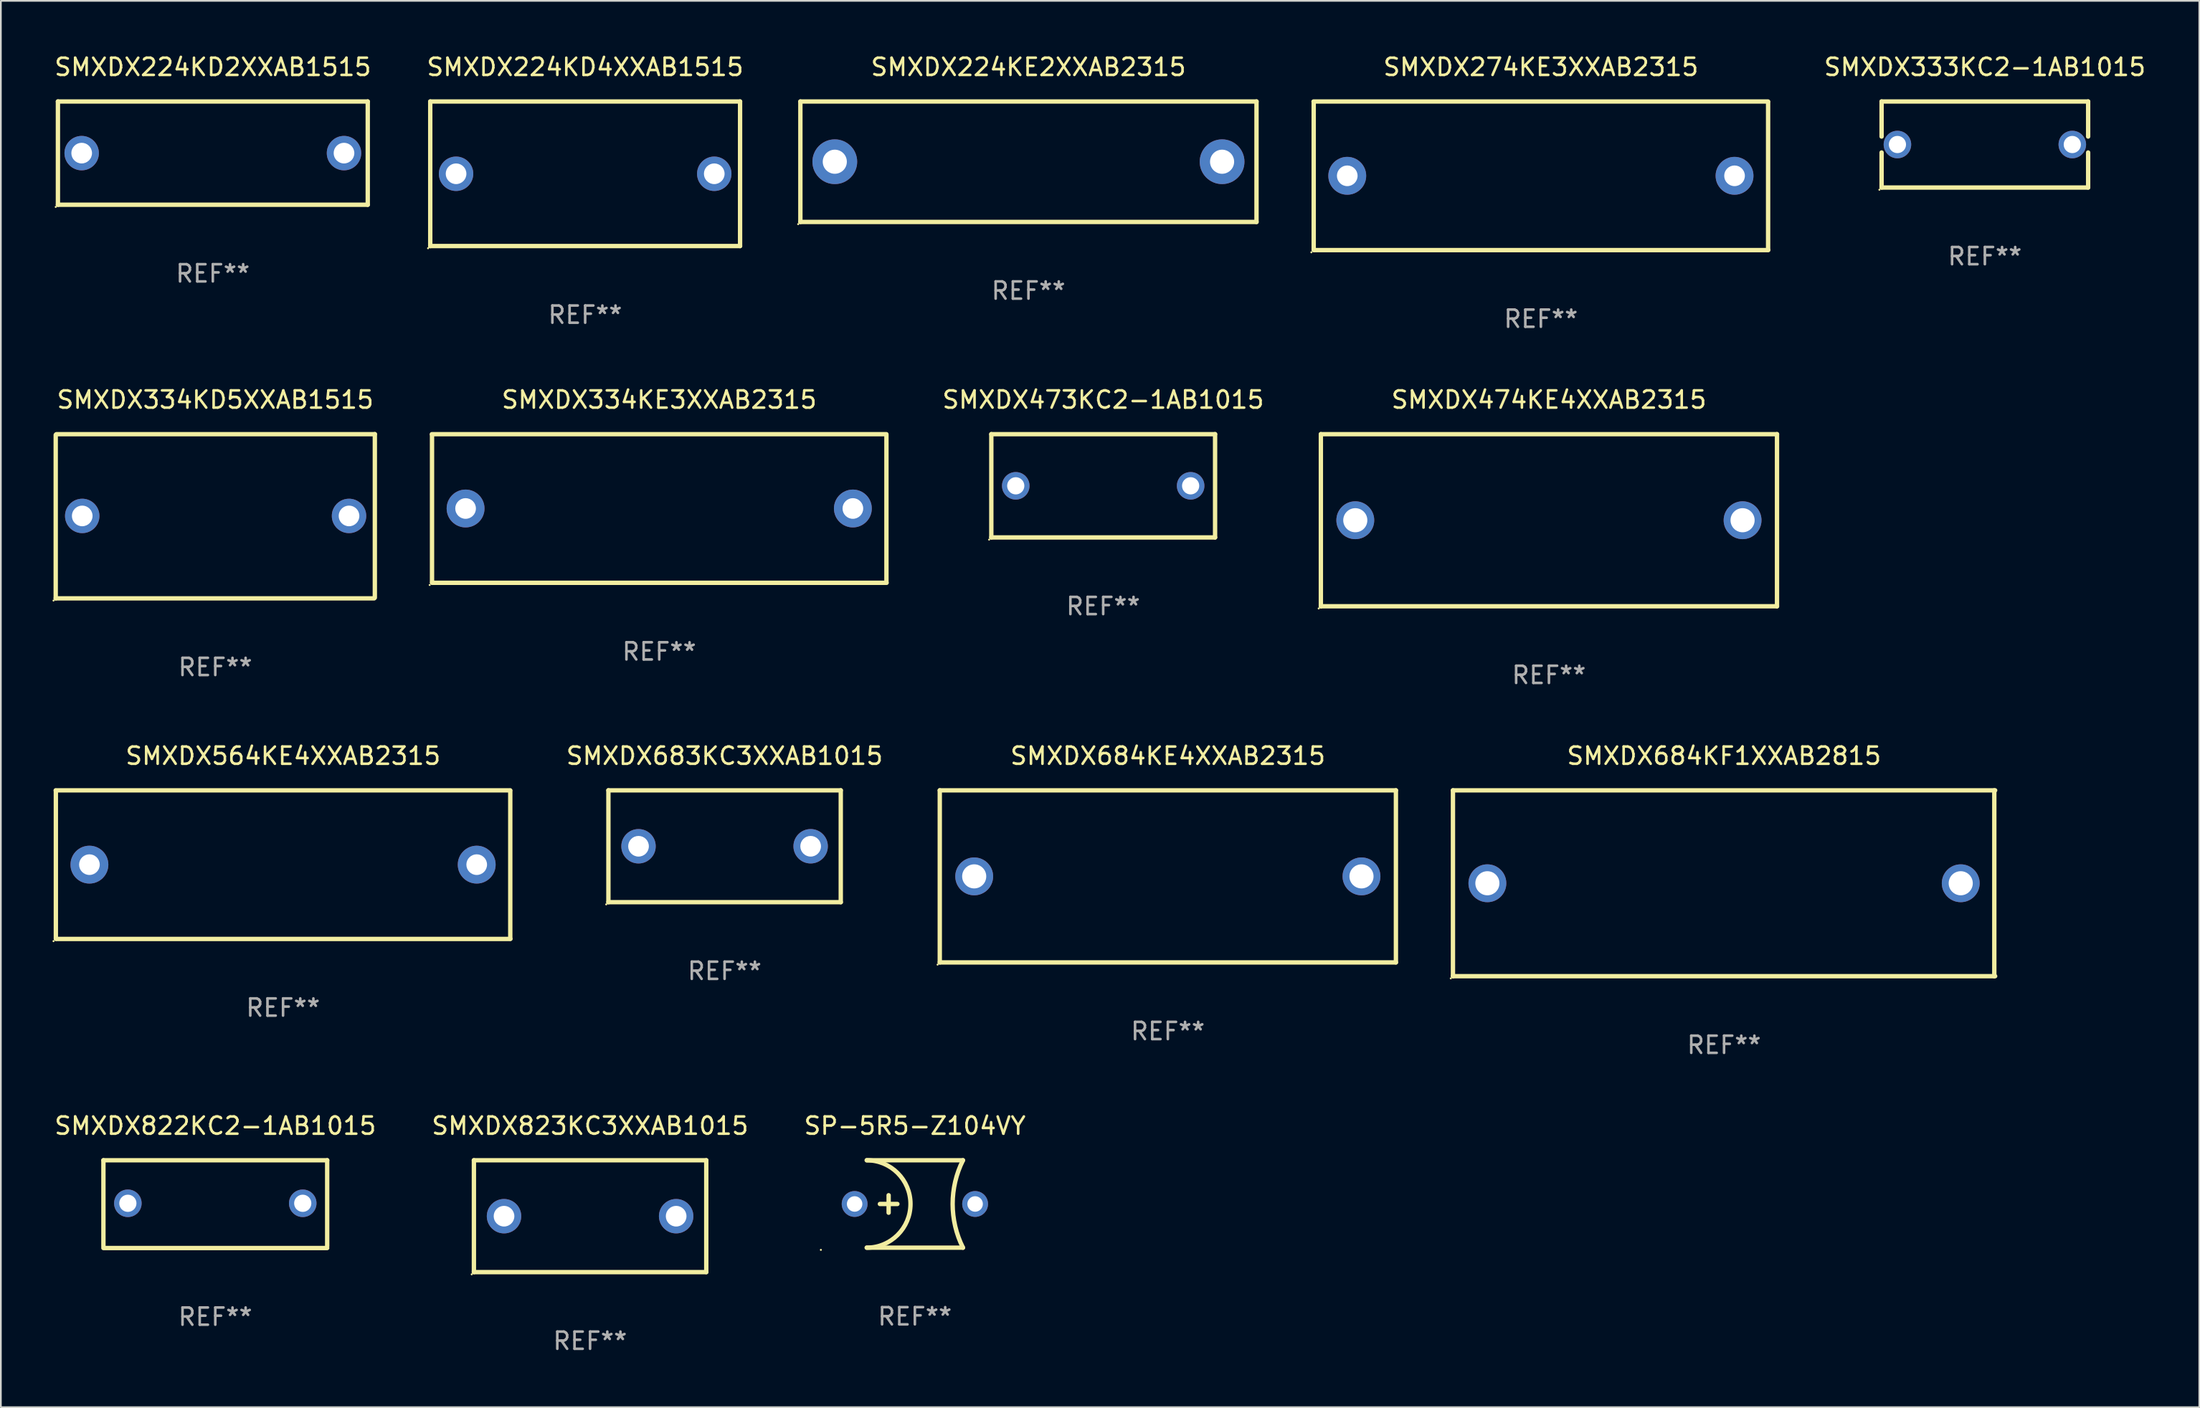
<source format=kicad_pcb>
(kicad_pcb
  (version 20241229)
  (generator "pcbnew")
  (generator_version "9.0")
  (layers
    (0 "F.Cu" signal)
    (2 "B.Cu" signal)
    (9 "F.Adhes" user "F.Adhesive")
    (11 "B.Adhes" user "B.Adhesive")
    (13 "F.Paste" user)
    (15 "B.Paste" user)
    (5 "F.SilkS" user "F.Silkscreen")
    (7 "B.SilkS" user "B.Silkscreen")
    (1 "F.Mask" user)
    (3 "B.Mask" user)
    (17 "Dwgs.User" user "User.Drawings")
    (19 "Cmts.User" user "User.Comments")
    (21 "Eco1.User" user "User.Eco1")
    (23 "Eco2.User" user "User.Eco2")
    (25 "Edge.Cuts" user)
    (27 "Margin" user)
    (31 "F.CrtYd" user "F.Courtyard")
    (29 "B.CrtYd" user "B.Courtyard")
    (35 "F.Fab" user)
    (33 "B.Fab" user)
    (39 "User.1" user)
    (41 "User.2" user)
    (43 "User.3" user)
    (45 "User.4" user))
  (footprint "SMXDX822KC2-1AB1015"
    (layer "F.Cu")
    (at 9.458 66.924)
    (property "Reference" "SMXDX822KC2-1AB1015" (at 0 -4.55 0) (layer "F.SilkS") (effects (font (size 1 1) (thickness 0.15))))
    (attr through_hole)
    (fp_line (start -6.5 -2.55) (end 6.5 -2.55) (stroke (width 0.254) (type solid)) (layer "F.SilkS"))
    (fp_line (start -6.5 2.45) (end -6.5 -2.55) (stroke (width 0.254) (type solid)) (layer "F.SilkS"))
    (fp_line (start 6.5 -2.55) (end 6.5 2.45) (stroke (width 0.254) (type solid)) (layer "F.SilkS"))
    (fp_line (start 6.5 2.55) (end -6.5 2.55) (stroke (width 0.254) (type solid)) (layer "F.SilkS"))
    (fp_circle (center -6.5 2.45) (end -6.47 2.45) (stroke (width 0.06) (type solid)) (fill no) (layer "F.SilkS"))
    (fp_text user "REF**" (at 0 6.55 0) (layer "F.Fab") (effects (font (size 1 1) (thickness 0.15))))
    (pad "1" thru_hole circle (at -5.08 -0.05) (size 1.6 1.6) (drill 1) (layers "*.Cu" "*.Mask"))
    (pad "2" thru_hole circle (at 5.08 -0.05) (size 1.6 1.6) (drill 1) (layers "*.Cu" "*.Mask")))
  (footprint "SMXDX473KC2-1AB1015"
    (layer "F.Cu")
    (at 61.042 25.181)
    (property "Reference" "SMXDX473KC2-1AB1015" (at 0 -5 0) (layer "F.SilkS") (effects (font (size 1 1) (thickness 0.15))))
    (attr through_hole)
    (fp_line (start -6.5 -3) (end 6.5 -3) (stroke (width 0.254) (type solid)) (layer "F.SilkS"))
    (fp_line (start -6.5 3) (end -6.5 -3) (stroke (width 0.254) (type solid)) (layer "F.SilkS"))
    (fp_line (start 6.5 -3) (end 6.5 3) (stroke (width 0.254) (type solid)) (layer "F.SilkS"))
    (fp_line (start 6.5 3) (end -6.5 3) (stroke (width 0.254) (type solid)) (layer "F.SilkS"))
    (fp_circle (center -6.627 3.127) (end -6.597 3.127) (stroke (width 0.06) (type solid)) (fill no) (layer "F.SilkS"))
    (fp_text user "REF**" (at 0 7 0) (layer "F.Fab") (effects (font (size 1 1) (thickness 0.15))))
    (pad "1" thru_hole circle (at -5.08 0) (size 1.6 1.6) (drill 1) (layers "*.Cu" "*.Mask"))
    (pad "2" thru_hole circle (at 5.08 0) (size 1.6 1.6) (drill 1) (layers "*.Cu" "*.Mask")))
  (footprint "SMXDX224KD2XXAB1515"
    (layer "F.Cu")
    (at 9.315 5.848)
    (property "Reference" "SMXDX224KD2XXAB1515" (at 0 -5 0) (layer "F.SilkS") (effects (font (size 1 1) (thickness 0.15))))
    (attr through_hole)
    (fp_line (start -9 -3) (end 9 -3) (stroke (width 0.254) (type solid)) (layer "F.SilkS"))
    (fp_line (start -9 3) (end -9 -3) (stroke (width 0.254) (type solid)) (layer "F.SilkS"))
    (fp_line (start 9 -3) (end 9 3) (stroke (width 0.254) (type solid)) (layer "F.SilkS"))
    (fp_line (start 9 3) (end -9 3) (stroke (width 0.254) (type solid)) (layer "F.SilkS"))
    (fp_circle (center -9.127 3.127) (end -9.097 3.127) (stroke (width 0.06) (type solid)) (fill no) (layer "F.SilkS"))
    (fp_text user "REF**" (at 0 7 0) (layer "F.Fab") (effects (font (size 1 1) (thickness 0.15))))
    (pad "1" thru_hole circle (at -7.62 0) (size 2 2) (drill 1.2) (layers "*.Cu" "*.Mask"))
    (pad "2" thru_hole circle (at 7.62 0) (size 2 2) (drill 1.2) (layers "*.Cu" "*.Mask")))
  (footprint "SMXDX683KC3XXAB1015"
    (layer "F.Cu")
    (at 39.046 46.127)
    (property "Reference" "SMXDX683KC3XXAB1015" (at 0 -5.25 0) (layer "F.SilkS") (effects (font (size 1 1) (thickness 0.15))))
    (attr through_hole)
    (fp_line (start -6.75 -3.25) (end 6.75 -3.25) (stroke (width 0.254) (type solid)) (layer "F.SilkS"))
    (fp_line (start -6.75 3.25) (end -6.75 -3.25) (stroke (width 0.254) (type solid)) (layer "F.SilkS"))
    (fp_line (start 6.75 -3.25) (end 6.75 3.25) (stroke (width 0.254) (type solid)) (layer "F.SilkS"))
    (fp_line (start 6.75 3.25) (end -6.75 3.25) (stroke (width 0.254) (type solid)) (layer "F.SilkS"))
    (fp_circle (center -6.877 3.377) (end -6.847 3.377) (stroke (width 0.06) (type solid)) (fill no) (layer "F.SilkS"))
    (fp_text user "REF**" (at 0 7.25 0) (layer "F.Fab") (effects (font (size 1 1) (thickness 0.15))))
    (pad "1" thru_hole circle (at -5 -0.000013) (size 2 2) (drill 1.2) (layers "*.Cu" "*.Mask"))
    (pad "2" thru_hole circle (at 5 -0.000013) (size 2 2) (drill 1.2) (layers "*.Cu" "*.Mask")))
  (footprint "SMXDX224KD4XXAB1515"
    (layer "F.Cu")
    (at 30.946 7.048)
    (property "Reference" "SMXDX224KD4XXAB1515" (at 0 -6.2 0) (layer "F.SilkS") (effects (font (size 1 1) (thickness 0.15))))
    (attr through_hole)
    (fp_line (start -9 -4.2) (end 9 -4.2) (stroke (width 0.254) (type solid)) (layer "F.SilkS"))
    (fp_line (start -9 4.2) (end -9 -4.2) (stroke (width 0.254) (type solid)) (layer "F.SilkS"))
    (fp_line (start 9 -4.2) (end 9 4.2) (stroke (width 0.254) (type solid)) (layer "F.SilkS"))
    (fp_line (start 9 4.2) (end -9 4.2) (stroke (width 0.254) (type solid)) (layer "F.SilkS"))
    (fp_circle (center -9.127 4.327) (end -9.097 4.327) (stroke (width 0.06) (type solid)) (fill no) (layer "F.SilkS"))
    (fp_text user "REF**" (at 0 8.2 0) (layer "F.Fab") (effects (font (size 1 1) (thickness 0.15))))
    (pad "1" thru_hole circle (at -7.5 0) (size 2 2) (drill 1.2) (layers "*.Cu" "*.Mask"))
    (pad "2" thru_hole circle (at 7.5 0) (size 2 2) (drill 1.2) (layers "*.Cu" "*.Mask")))
  (footprint "SMXDX224KE2XXAB2315"
    (layer "F.Cu")
    (at 56.699 6.348)
    (property "Reference" "SMXDX224KE2XXAB2315" (at 0 -5.5 0) (layer "F.SilkS") (effects (font (size 1 1) (thickness 0.15))))
    (attr through_hole)
    (fp_line (start -13.25 -3.5) (end 13.25 -3.5) (stroke (width 0.254) (type solid)) (layer "F.SilkS"))
    (fp_line (start -13.25 3.5) (end -13.25 -3.5) (stroke (width 0.254) (type solid)) (layer "F.SilkS"))
    (fp_line (start 13.25 -3.5) (end 13.25 3.5) (stroke (width 0.254) (type solid)) (layer "F.SilkS"))
    (fp_line (start 13.25 3.5) (end -13.25 3.5) (stroke (width 0.254) (type solid)) (layer "F.SilkS"))
    (fp_circle (center -13.377 3.627) (end -13.347 3.627) (stroke (width 0.06) (type solid)) (fill no) (layer "F.SilkS"))
    (fp_text user "REF**" (at 0 7.5 0) (layer "F.Fab") (effects (font (size 1 1) (thickness 0.15))))
    (pad "1" thru_hole circle (at -11.25 0) (size 2.6 2.6) (drill 1.4) (layers "*.Cu" "*.Mask"))
    (pad "2" thru_hole circle (at 11.25 0) (size 2.6 2.6) (drill 1.4) (layers "*.Cu" "*.Mask")))
  (footprint "SMXDX334KE3XXAB2315"
    (layer "F.Cu")
    (at 35.249 26.499)
    (property "Reference" "SMXDX334KE3XXAB2315" (at 0 -6.318 0) (layer "F.SilkS") (effects (font (size 1 1) (thickness 0.15))))
    (attr through_hole)
    (fp_line (start -13.208 -4.318) (end 13.193 -4.318) (stroke (width 0.254) (type solid)) (layer "F.SilkS"))
    (fp_line (start -13.2 4.3) (end -13.2 -4.3) (stroke (width 0.254) (type solid)) (layer "F.SilkS"))
    (fp_line (start 13.2 -4.3) (end 13.2 4.3) (stroke (width 0.254) (type solid)) (layer "F.SilkS"))
    (fp_line (start 13.208 4.318) (end -13.193 4.318) (stroke (width 0.254) (type solid)) (layer "F.SilkS"))
    (fp_circle (center -13.335 4.445) (end -13.305 4.445) (stroke (width 0.06) (type solid)) (fill no) (layer "F.SilkS"))
    (fp_text user "REF**" (at 0 8.318 0) (layer "F.Fab") (effects (font (size 1 1) (thickness 0.15))))
    (pad "1" thru_hole circle (at -11.25 0) (size 2.2 2.2) (drill 1.2) (layers "*.Cu" "*.Mask"))
    (pad "2" thru_hole circle (at 11.25 0) (size 2.2 2.2) (drill 1.2) (layers "*.Cu" "*.Mask")))
  (footprint "SMXDX684KE4XXAB2315"
    (layer "F.Cu")
    (at 64.798 47.877)
    (property "Reference" "SMXDX684KE4XXAB2315" (at 0 -7 0) (layer "F.SilkS") (effects (font (size 1 1) (thickness 0.15))))
    (attr through_hole)
    (fp_line (start -13.25 -5) (end 13.25 -5) (stroke (width 0.254) (type solid)) (layer "F.SilkS"))
    (fp_line (start -13.25 5) (end -13.25 -5) (stroke (width 0.254) (type solid)) (layer "F.SilkS"))
    (fp_line (start 13.25 -5) (end 13.25 5) (stroke (width 0.254) (type solid)) (layer "F.SilkS"))
    (fp_line (start 13.25 5) (end -13.25 5) (stroke (width 0.254) (type solid)) (layer "F.SilkS"))
    (fp_circle (center -13.377 5.127) (end -13.347 5.127) (stroke (width 0.06) (type solid)) (fill no) (layer "F.SilkS"))
    (fp_text user "REF**" (at 0 9 0) (layer "F.Fab") (effects (font (size 1 1) (thickness 0.15))))
    (pad "1" thru_hole circle (at -11.25 0) (size 2.2 2.2) (drill 1.4) (layers "*.Cu" "*.Mask"))
    (pad "2" thru_hole circle (at 11.25 0) (size 2.2 2.2) (drill 1.4) (layers "*.Cu" "*.Mask")))
  (footprint "SP-5R5-Z104VY"
    (layer "F.Cu")
    (at 50.101 66.914)
    (property "Reference" "SP-5R5-Z104VY" (at 0 -4.54 0) (layer "F.SilkS") (effects (font (size 1 1) (thickness 0.15))))
    (attr through_hole)
    (fp_line (start -2.794 2.54) (end 2.794 2.54) (stroke (width 0.254) (type solid)) (layer "F.SilkS"))
    (fp_line (start -2.032 0) (end -1.016 0) (stroke (width 0.254) (type solid)) (layer "F.SilkS"))
    (fp_line (start -1.524 -0.508) (end -1.524 0.508) (stroke (width 0.254) (type solid)) (layer "F.SilkS"))
    (fp_line (start 2.794 -2.54) (end -2.794 -2.54) (stroke (width 0.254) (type solid)) (layer "F.SilkS"))
    (fp_arc (start -2.794006 -2.540005) (mid -0.254001 0) (end -2.794006 2.540005) (stroke (width 0.254001) (type solid)) (layer "F.SilkS"))
    (fp_arc (start 2.794006 2.540005) (mid 2.194392 0) (end 2.794006 -2.540005) (stroke (width 0.254001) (type solid)) (layer "F.SilkS"))
    (fp_circle (center -5.461 2.667) (end -5.431 2.667) (stroke (width 0.06) (type solid)) (fill no) (layer "F.SilkS"))
    (fp_text user "REF**" (at 0 6.54 0) (layer "F.Fab") (effects (font (size 1 1) (thickness 0.15))))
    (pad "1" thru_hole circle (at -3.5 0) (size 1.5 1.5) (drill 0.9) (layers "*.Cu" "*.Mask"))
    (pad "2" thru_hole circle (at 3.5 0) (size 1.5 1.5) (drill 0.9) (layers "*.Cu" "*.Mask")))
  (footprint "SMXDX474KE4XXAB2315"
    (layer "F.Cu")
    (at 86.938 27.181)
    (property "Reference" "SMXDX474KE4XXAB2315" (at 0 -7 0) (layer "F.SilkS") (effects (font (size 1 1) (thickness 0.15))))
    (attr through_hole)
    (fp_line (start -13.25 -5) (end 13.25 -5) (stroke (width 0.254) (type solid)) (layer "F.SilkS"))
    (fp_line (start -13.25 5) (end -13.25 -5) (stroke (width 0.254) (type solid)) (layer "F.SilkS"))
    (fp_line (start 13.25 -5) (end 13.25 5) (stroke (width 0.254) (type solid)) (layer "F.SilkS"))
    (fp_line (start 13.25 5) (end -13.25 5) (stroke (width 0.254) (type solid)) (layer "F.SilkS"))
    (fp_circle (center -13.377 5.127) (end -13.347 5.127) (stroke (width 0.06) (type solid)) (fill no) (layer "F.SilkS"))
    (fp_text user "REF**" (at 0 9 0) (layer "F.Fab") (effects (font (size 1 1) (thickness 0.15))))
    (pad "1" thru_hole circle (at -11.25 0) (size 2.2 2.2) (drill 1.4) (layers "*.Cu" "*.Mask"))
    (pad "2" thru_hole circle (at 11.25 0) (size 2.2 2.2) (drill 1.4) (layers "*.Cu" "*.Mask")))
  (footprint "SMXDX564KE4XXAB2315"
    (layer "F.Cu")
    (at 13.395 47.195)
    (property "Reference" "SMXDX564KE4XXAB2315" (at 0 -6.318 0) (layer "F.SilkS") (effects (font (size 1 1) (thickness 0.15))))
    (attr through_hole)
    (fp_line (start -13.208 -4.318) (end 13.193 -4.318) (stroke (width 0.254) (type solid)) (layer "F.SilkS"))
    (fp_line (start -13.2 4.3) (end -13.2 -4.3) (stroke (width 0.254) (type solid)) (layer "F.SilkS"))
    (fp_line (start 13.2 -4.3) (end 13.2 4.3) (stroke (width 0.254) (type solid)) (layer "F.SilkS"))
    (fp_line (start 13.208 4.318) (end -13.193 4.318) (stroke (width 0.254) (type solid)) (layer "F.SilkS"))
    (fp_circle (center -13.335 4.445) (end -13.305 4.445) (stroke (width 0.06) (type solid)) (fill no) (layer "F.SilkS"))
    (fp_text user "REF**" (at 0 8.318 0) (layer "F.Fab") (effects (font (size 1 1) (thickness 0.15))))
    (pad "1" thru_hole circle (at -11.25 0) (size 2.2 2.2) (drill 1.2) (layers "*.Cu" "*.Mask"))
    (pad "2" thru_hole circle (at 11.25 0) (size 2.2 2.2) (drill 1.2) (layers "*.Cu" "*.Mask")))
  (footprint "SMXDX684KF1XXAB2815"
    (layer "F.Cu")
    (at 97.112 48.277)
    (property "Reference" "SMXDX684KF1XXAB2815" (at 0 -7.4 0) (layer "F.SilkS") (effects (font (size 1 1) (thickness 0.15))))
    (attr through_hole)
    (fp_line (start -15.75 -5.4) (end 15.75 -5.4) (stroke (width 0.254) (type solid)) (layer "F.SilkS"))
    (fp_line (start -15.75 5.4) (end -15.75 -5.4) (stroke (width 0.254) (type solid)) (layer "F.SilkS"))
    (fp_line (start 15.7 -5.4) (end 15.7 5.4) (stroke (width 0.254) (type solid)) (layer "F.SilkS"))
    (fp_line (start 15.75 5.4) (end -15.75 5.4) (stroke (width 0.254) (type solid)) (layer "F.SilkS"))
    (fp_circle (center -15.877 5.527) (end -15.847 5.527) (stroke (width 0.06) (type solid)) (fill no) (layer "F.SilkS"))
    (fp_text user "REF**" (at 0 9.4 0) (layer "F.Fab") (effects (font (size 1 1) (thickness 0.15))))
    (pad "1" thru_hole circle (at -13.75 0) (size 2.2 2.2) (drill 1.4) (layers "*.Cu" "*.Mask"))
    (pad "2" thru_hole circle (at 13.75 0) (size 2.2 2.2) (drill 1.4) (layers "*.Cu" "*.Mask")))
  (footprint "SMXDX334KD5XXAB1515"
    (layer "F.Cu")
    (at 9.457 26.951)
    (property "Reference" "SMXDX334KD5XXAB1515" (at 0 -6.77 0) (layer "F.SilkS") (effects (font (size 1 1) (thickness 0.15))))
    (attr through_hole)
    (fp_line (start -9.27 4.77) (end -9.27 -4.73) (stroke (width 0.254) (type solid)) (layer "F.SilkS"))
    (fp_line (start -9.23 -4.77) (end 9.27 -4.77) (stroke (width 0.254) (type solid)) (layer "F.SilkS"))
    (fp_line (start 9.23 4.77) (end -9.27 4.77) (stroke (width 0.254) (type solid)) (layer "F.SilkS"))
    (fp_line (start 9.27 -4.77) (end 9.27 4.73) (stroke (width 0.254) (type solid)) (layer "F.SilkS"))
    (fp_circle (center -9.397 4.897) (end -9.367 4.897) (stroke (width 0.06) (type solid)) (fill no) (layer "F.SilkS"))
    (fp_text user "REF**" (at 0 8.77 0) (layer "F.Fab") (effects (font (size 1 1) (thickness 0.15))))
    (pad "1" thru_hole circle (at -7.73 -0.02) (size 2 2) (drill 1.2) (layers "*.Cu" "*.Mask"))
    (pad "2" thru_hole circle (at 7.77 -0.02) (size 2 2) (drill 1.2) (layers "*.Cu" "*.Mask")))
  (footprint "SMXDX823KC3XXAB1015"
    (layer "F.Cu")
    (at 31.232 67.624)
    (property "Reference" "SMXDX823KC3XXAB1015" (at 0 -5.25 0) (layer "F.SilkS") (effects (font (size 1 1) (thickness 0.15))))
    (attr through_hole)
    (fp_line (start -6.75 -3.25) (end 6.75 -3.25) (stroke (width 0.254) (type solid)) (layer "F.SilkS"))
    (fp_line (start -6.75 3.25) (end -6.75 -3.25) (stroke (width 0.254) (type solid)) (layer "F.SilkS"))
    (fp_line (start 6.75 -3.25) (end 6.75 3.25) (stroke (width 0.254) (type solid)) (layer "F.SilkS"))
    (fp_line (start 6.75 3.25) (end -6.75 3.25) (stroke (width 0.254) (type solid)) (layer "F.SilkS"))
    (fp_circle (center -6.877 3.377) (end -6.847 3.377) (stroke (width 0.06) (type solid)) (fill no) (layer "F.SilkS"))
    (fp_text user "REF**" (at 0 7.25 0) (layer "F.Fab") (effects (font (size 1 1) (thickness 0.15))))
    (pad "1" thru_hole circle (at -5 -0.000013) (size 2 2) (drill 1.2) (layers "*.Cu" "*.Mask"))
    (pad "2" thru_hole circle (at 5 -0.000013) (size 2 2) (drill 1.2) (layers "*.Cu" "*.Mask")))
  (footprint "SMXDX274KE3XXAB2315"
    (layer "F.Cu")
    (at 86.471 7.166)
    (property "Reference" "SMXDX274KE3XXAB2315" (at 0 -6.318 0) (layer "F.SilkS") (effects (font (size 1 1) (thickness 0.15))))
    (attr through_hole)
    (fp_line (start -13.208 -4.318) (end 13.193 -4.318) (stroke (width 0.254) (type solid)) (layer "F.SilkS"))
    (fp_line (start -13.2 4.3) (end -13.2 -4.3) (stroke (width 0.254) (type solid)) (layer "F.SilkS"))
    (fp_line (start 13.2 -4.3) (end 13.2 4.3) (stroke (width 0.254) (type solid)) (layer "F.SilkS"))
    (fp_line (start 13.208 4.318) (end -13.193 4.318) (stroke (width 0.254) (type solid)) (layer "F.SilkS"))
    (fp_circle (center -13.335 4.445) (end -13.305 4.445) (stroke (width 0.06) (type solid)) (fill no) (layer "F.SilkS"))
    (fp_text user "REF**" (at 0 8.318 0) (layer "F.Fab") (effects (font (size 1 1) (thickness 0.15))))
    (pad "1" thru_hole circle (at -11.25 0) (size 2.2 2.2) (drill 1.2) (layers "*.Cu" "*.Mask"))
    (pad "2" thru_hole circle (at 11.25 0) (size 2.2 2.2) (drill 1.2) (layers "*.Cu" "*.Mask")))
  (footprint "SMXDX333KC2-1AB1015"
    (layer "F.Cu")
    (at 112.264 5.348)
    (property "Reference" "SMXDX333KC2-1AB1015" (at 0 -4.5 0) (layer "F.SilkS") (effects (font (size 1 1) (thickness 0.15))))
    (attr through_hole)
    (fp_line (start -6 -2.5) (end 6 -2.5) (stroke (width 0.254) (type solid)) (layer "F.SilkS"))
    (fp_line (start -6 -0.463) (end -6 -2.5) (stroke (width 0.254) (type solid)) (layer "F.SilkS"))
    (fp_line (start -6 2.5) (end -6 0.463) (stroke (width 0.254) (type solid)) (layer "F.SilkS"))
    (fp_line (start 6 -2.5) (end 6 -0.463) (stroke (width 0.254) (type solid)) (layer "F.SilkS"))
    (fp_line (start 6 0.463) (end 6 2.5) (stroke (width 0.254) (type solid)) (layer "F.SilkS"))
    (fp_line (start 6 2.5) (end -6 2.5) (stroke (width 0.254) (type solid)) (layer "F.SilkS"))
    (fp_circle (center -6.127 2.627) (end -6.097 2.627) (stroke (width 0.06) (type solid)) (fill no) (layer "F.SilkS"))
    (fp_text user "REF**" (at 0 6.5 0) (layer "F.Fab") (effects (font (size 1 1) (thickness 0.15))))
    (pad "1" thru_hole circle (at -5.08 0) (size 1.6 1.6) (drill 1) (layers "*.Cu" "*.Mask"))
    (pad "2" thru_hole circle (at 5.08 0) (size 1.6 1.6) (drill 1) (layers "*.Cu" "*.Mask")))
  (gr_rect
    (start -3 -3)
    (end 124.723 78.722)
    (stroke (width 0.1) (type default))
    (fill no)
    (layer "Edge.Cuts")))
</source>
